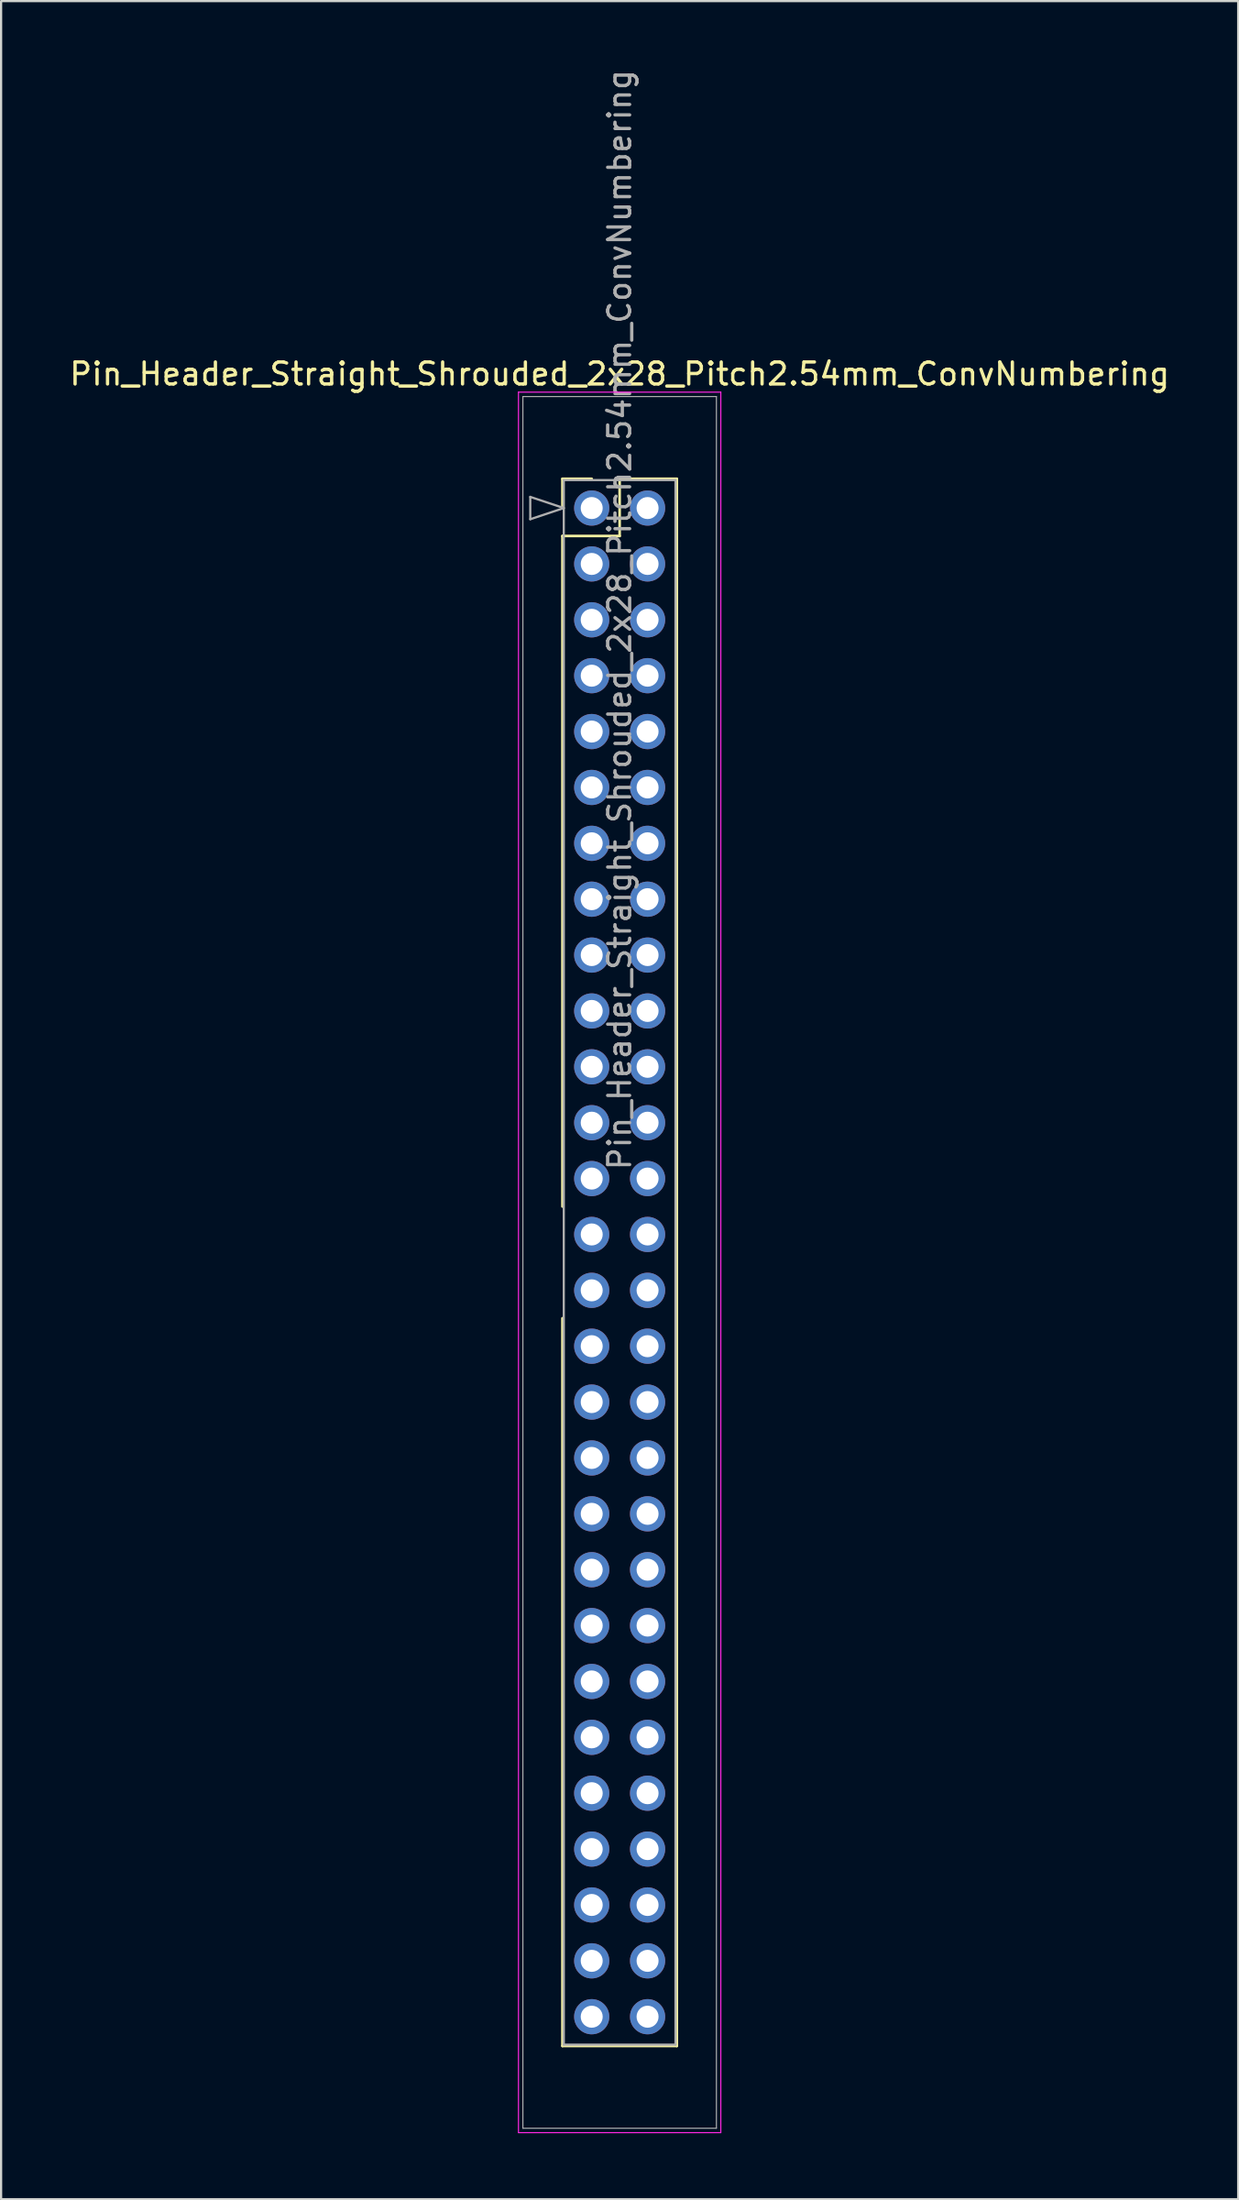
<source format=kicad_pcb>
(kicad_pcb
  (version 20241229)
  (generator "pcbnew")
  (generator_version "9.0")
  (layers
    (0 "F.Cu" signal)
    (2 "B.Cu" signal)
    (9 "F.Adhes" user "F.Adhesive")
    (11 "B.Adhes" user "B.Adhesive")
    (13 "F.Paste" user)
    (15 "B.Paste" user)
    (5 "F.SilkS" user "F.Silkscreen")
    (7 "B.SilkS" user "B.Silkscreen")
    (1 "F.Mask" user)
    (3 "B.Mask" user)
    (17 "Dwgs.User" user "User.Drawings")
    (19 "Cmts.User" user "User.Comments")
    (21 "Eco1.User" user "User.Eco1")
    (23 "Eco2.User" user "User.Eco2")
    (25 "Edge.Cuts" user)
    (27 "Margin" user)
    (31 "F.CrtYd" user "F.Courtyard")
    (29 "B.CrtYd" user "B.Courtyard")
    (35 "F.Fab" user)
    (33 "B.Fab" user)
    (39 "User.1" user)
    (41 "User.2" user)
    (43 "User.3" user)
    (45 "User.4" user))
  (footprint "Pin_Header_Straight_Shrouded_2x28_Pitch2.54mm_ConvNumbering"
    (layer "F.Cu")
    (at 23.855 20.045)
    (property "Reference" "Pin_Header_Straight_Shrouded_2x28_Pitch2.54mm_ConvNumbering" (at 1.27 -6.096 0) (layer "F.SilkS") (effects (font (size 1 1) (thickness 0.15))))
    (attr through_hole)
    (fp_line (start -1.33 -1.33) (end 0 -1.33) (stroke (width 0.12) (type solid)) (layer "F.SilkS"))
    (fp_line (start -1.33 0) (end -1.33 -1.33) (stroke (width 0.12) (type solid)) (layer "F.SilkS"))
    (fp_line (start -1.33 1.27) (end -1.33 31.75) (stroke (width 0.12) (type solid)) (layer "F.SilkS"))
    (fp_line (start -1.33 1.27) (end 1.27 1.27) (stroke (width 0.12) (type solid)) (layer "F.SilkS"))
    (fp_line (start -1.33 36.83) (end -1.33 69.91) (stroke (width 0.12) (type solid)) (layer "F.SilkS"))
    (fp_line (start -1.33 69.91) (end 3.87 69.91) (stroke (width 0.12) (type solid)) (layer "F.SilkS"))
    (fp_line (start 1.27 -1.33) (end 3.87 -1.33) (stroke (width 0.12) (type solid)) (layer "F.SilkS"))
    (fp_line (start 1.27 1.27) (end 1.27 -1.33) (stroke (width 0.12) (type solid)) (layer "F.SilkS"))
    (fp_line (start 3.87 -1.33) (end 3.87 69.91) (stroke (width 0.12) (type solid)) (layer "F.SilkS"))
    (fp_line (start -3.33 -5.27) (end -3.33 73.85) (stroke (width 0.05) (type solid)) (layer "F.CrtYd"))
    (fp_line (start -3.33 73.85) (end 5.87 73.85) (stroke (width 0.05) (type solid)) (layer "F.CrtYd"))
    (fp_line (start 5.87 -5.27) (end -3.33 -5.27) (stroke (width 0.05) (type solid)) (layer "F.CrtYd"))
    (fp_line (start 5.87 73.85) (end 5.87 -5.27) (stroke (width 0.05) (type solid)) (layer "F.CrtYd"))
    (fp_line (start -3.13 -5.07) (end -3.13 73.65) (stroke (width 0.05) (type solid)) (layer "F.Fab"))
    (fp_line (start -3.13 73.65) (end 5.67 73.65) (stroke (width 0.05) (type solid)) (layer "F.Fab"))
    (fp_line (start -2.794 -0.508) (end -1.27 0) (stroke (width 0.1) (type solid)) (layer "F.Fab"))
    (fp_line (start -2.794 0.508) (end -2.794 -0.508) (stroke (width 0.1) (type solid)) (layer "F.Fab"))
    (fp_line (start -1.27 -1.27) (end -1.27 69.85) (stroke (width 0.1) (type solid)) (layer "F.Fab"))
    (fp_line (start -1.27 0) (end -2.794 0.508) (stroke (width 0.1) (type solid)) (layer "F.Fab"))
    (fp_line (start -1.27 69.85) (end 3.81 69.85) (stroke (width 0.1) (type solid)) (layer "F.Fab"))
    (fp_line (start 3.81 -1.27) (end -1.27 -1.27) (stroke (width 0.1) (type solid)) (layer "F.Fab"))
    (fp_line (start 3.81 69.85) (end 3.81 -1.27) (stroke (width 0.1) (type solid)) (layer "F.Fab"))
    (fp_line (start 5.67 -5.07) (end -3.13 -5.07) (stroke (width 0.05) (type solid)) (layer "F.Fab"))
    (fp_line (start 5.67 73.65) (end 5.67 -5.07) (stroke (width 0.05) (type solid)) (layer "F.Fab"))
    (fp_text user "${REFERENCE}" (at 1.27 5.08 90) (layer "F.Fab") (effects (font (size 1 1) (thickness 0.15))))
    (pad "1" thru_hole oval (at 0 0) (size 1.6 1.6) (drill 1) (layers "*.Cu" "*.Mask"))
    (pad "2" thru_hole oval (at 2.54 0) (size 1.6 1.6) (drill 1) (layers "*.Cu" "*.Mask"))
    (pad "3" thru_hole oval (at 0 2.54) (size 1.6 1.6) (drill 1) (layers "*.Cu" "*.Mask"))
    (pad "4" thru_hole oval (at 2.54 2.54) (size 1.6 1.6) (drill 1) (layers "*.Cu" "*.Mask"))
    (pad "5" thru_hole oval (at 0 5.08) (size 1.6 1.6) (drill 1) (layers "*.Cu" "*.Mask"))
    (pad "6" thru_hole oval (at 2.54 5.08) (size 1.6 1.6) (drill 1) (layers "*.Cu" "*.Mask"))
    (pad "7" thru_hole oval (at 0 7.62) (size 1.6 1.6) (drill 1) (layers "*.Cu" "*.Mask"))
    (pad "8" thru_hole oval (at 2.54 7.62) (size 1.6 1.6) (drill 1) (layers "*.Cu" "*.Mask"))
    (pad "9" thru_hole oval (at 0 10.16) (size 1.6 1.6) (drill 1) (layers "*.Cu" "*.Mask"))
    (pad "10" thru_hole oval (at 2.54 10.16) (size 1.6 1.6) (drill 1) (layers "*.Cu" "*.Mask"))
    (pad "11" thru_hole oval (at 0 12.7) (size 1.6 1.6) (drill 1) (layers "*.Cu" "*.Mask"))
    (pad "12" thru_hole oval (at 2.54 12.7) (size 1.6 1.6) (drill 1) (layers "*.Cu" "*.Mask"))
    (pad "13" thru_hole oval (at 0 15.24) (size 1.6 1.6) (drill 1) (layers "*.Cu" "*.Mask"))
    (pad "14" thru_hole oval (at 2.54 15.24) (size 1.6 1.6) (drill 1) (layers "*.Cu" "*.Mask"))
    (pad "15" thru_hole oval (at 0 17.78) (size 1.6 1.6) (drill 1) (layers "*.Cu" "*.Mask"))
    (pad "16" thru_hole oval (at 2.54 17.78) (size 1.6 1.6) (drill 1) (layers "*.Cu" "*.Mask"))
    (pad "17" thru_hole oval (at 0 20.32) (size 1.6 1.6) (drill 1) (layers "*.Cu" "*.Mask"))
    (pad "18" thru_hole oval (at 2.54 20.32) (size 1.6 1.6) (drill 1) (layers "*.Cu" "*.Mask"))
    (pad "19" thru_hole oval (at 0 22.86) (size 1.6 1.6) (drill 1) (layers "*.Cu" "*.Mask"))
    (pad "20" thru_hole oval (at 2.54 22.86) (size 1.6 1.6) (drill 1) (layers "*.Cu" "*.Mask"))
    (pad "21" thru_hole oval (at 0 25.4) (size 1.6 1.6) (drill 1) (layers "*.Cu" "*.Mask"))
    (pad "22" thru_hole oval (at 2.54 25.4) (size 1.6 1.6) (drill 1) (layers "*.Cu" "*.Mask"))
    (pad "23" thru_hole oval (at 0 27.94) (size 1.6 1.6) (drill 1) (layers "*.Cu" "*.Mask"))
    (pad "24" thru_hole oval (at 2.54 27.94) (size 1.6 1.6) (drill 1) (layers "*.Cu" "*.Mask"))
    (pad "25" thru_hole oval (at 0 30.48) (size 1.6 1.6) (drill 1) (layers "*.Cu" "*.Mask"))
    (pad "26" thru_hole oval (at 2.54 30.48) (size 1.6 1.6) (drill 1) (layers "*.Cu" "*.Mask"))
    (pad "27" thru_hole oval (at 0 33.02) (size 1.6 1.6) (drill 1) (layers "*.Cu" "*.Mask"))
    (pad "28" thru_hole oval (at 2.54 33.02) (size 1.6 1.6) (drill 1) (layers "*.Cu" "*.Mask"))
    (pad "29" thru_hole oval (at 0 35.56) (size 1.6 1.6) (drill 1) (layers "*.Cu" "*.Mask"))
    (pad "30" thru_hole oval (at 2.54 35.56) (size 1.6 1.6) (drill 1) (layers "*.Cu" "*.Mask"))
    (pad "31" thru_hole oval (at 0 38.1) (size 1.6 1.6) (drill 1) (layers "*.Cu" "*.Mask"))
    (pad "32" thru_hole oval (at 2.54 38.1) (size 1.6 1.6) (drill 1) (layers "*.Cu" "*.Mask"))
    (pad "33" thru_hole oval (at 0 40.64) (size 1.6 1.6) (drill 1) (layers "*.Cu" "*.Mask"))
    (pad "34" thru_hole oval (at 2.54 40.64) (size 1.6 1.6) (drill 1) (layers "*.Cu" "*.Mask"))
    (pad "35" thru_hole oval (at 0 43.18) (size 1.6 1.6) (drill 1) (layers "*.Cu" "*.Mask"))
    (pad "36" thru_hole oval (at 2.54 43.18) (size 1.6 1.6) (drill 1) (layers "*.Cu" "*.Mask"))
    (pad "37" thru_hole oval (at 0 45.72) (size 1.6 1.6) (drill 1) (layers "*.Cu" "*.Mask"))
    (pad "38" thru_hole oval (at 2.54 45.72) (size 1.6 1.6) (drill 1) (layers "*.Cu" "*.Mask"))
    (pad "39" thru_hole oval (at 0 48.26) (size 1.6 1.6) (drill 1) (layers "*.Cu" "*.Mask"))
    (pad "40" thru_hole oval (at 2.54 48.26) (size 1.6 1.6) (drill 1) (layers "*.Cu" "*.Mask"))
    (pad "41" thru_hole oval (at 0 50.8) (size 1.6 1.6) (drill 1) (layers "*.Cu" "*.Mask"))
    (pad "42" thru_hole oval (at 2.54 50.8) (size 1.6 1.6) (drill 1) (layers "*.Cu" "*.Mask"))
    (pad "43" thru_hole oval (at 0 53.34) (size 1.6 1.6) (drill 1) (layers "*.Cu" "*.Mask"))
    (pad "44" thru_hole oval (at 2.54 53.34) (size 1.6 1.6) (drill 1) (layers "*.Cu" "*.Mask"))
    (pad "45" thru_hole oval (at 0 55.88) (size 1.6 1.6) (drill 1) (layers "*.Cu" "*.Mask"))
    (pad "46" thru_hole oval (at 2.54 55.88) (size 1.6 1.6) (drill 1) (layers "*.Cu" "*.Mask"))
    (pad "47" thru_hole oval (at 0 58.42) (size 1.6 1.6) (drill 1) (layers "*.Cu" "*.Mask"))
    (pad "48" thru_hole oval (at 2.54 58.42) (size 1.6 1.6) (drill 1) (layers "*.Cu" "*.Mask"))
    (pad "49" thru_hole oval (at 0 60.96) (size 1.6 1.6) (drill 1) (layers "*.Cu" "*.Mask"))
    (pad "50" thru_hole oval (at 2.54 60.96) (size 1.6 1.6) (drill 1) (layers "*.Cu" "*.Mask"))
    (pad "51" thru_hole oval (at 0 63.5) (size 1.6 1.6) (drill 1) (layers "*.Cu" "*.Mask"))
    (pad "52" thru_hole oval (at 2.54 63.5) (size 1.6 1.6) (drill 1) (layers "*.Cu" "*.Mask"))
    (pad "53" thru_hole oval (at 0 66.04) (size 1.6 1.6) (drill 1) (layers "*.Cu" "*.Mask"))
    (pad "54" thru_hole oval (at 2.54 66.04) (size 1.6 1.6) (drill 1) (layers "*.Cu" "*.Mask"))
    (pad "55" thru_hole oval (at 0 68.58) (size 1.6 1.6) (drill 1) (layers "*.Cu" "*.Mask"))
    (pad "56" thru_hole oval (at 2.54 68.58) (size 1.6 1.6) (drill 1) (layers "*.Cu" "*.Mask")))
  (gr_rect
    (start -3 -3)
    (end 53.25 96.92)
    (stroke (width 0.1) (type default))
    (fill no)
    (layer "Edge.Cuts")))
</source>
